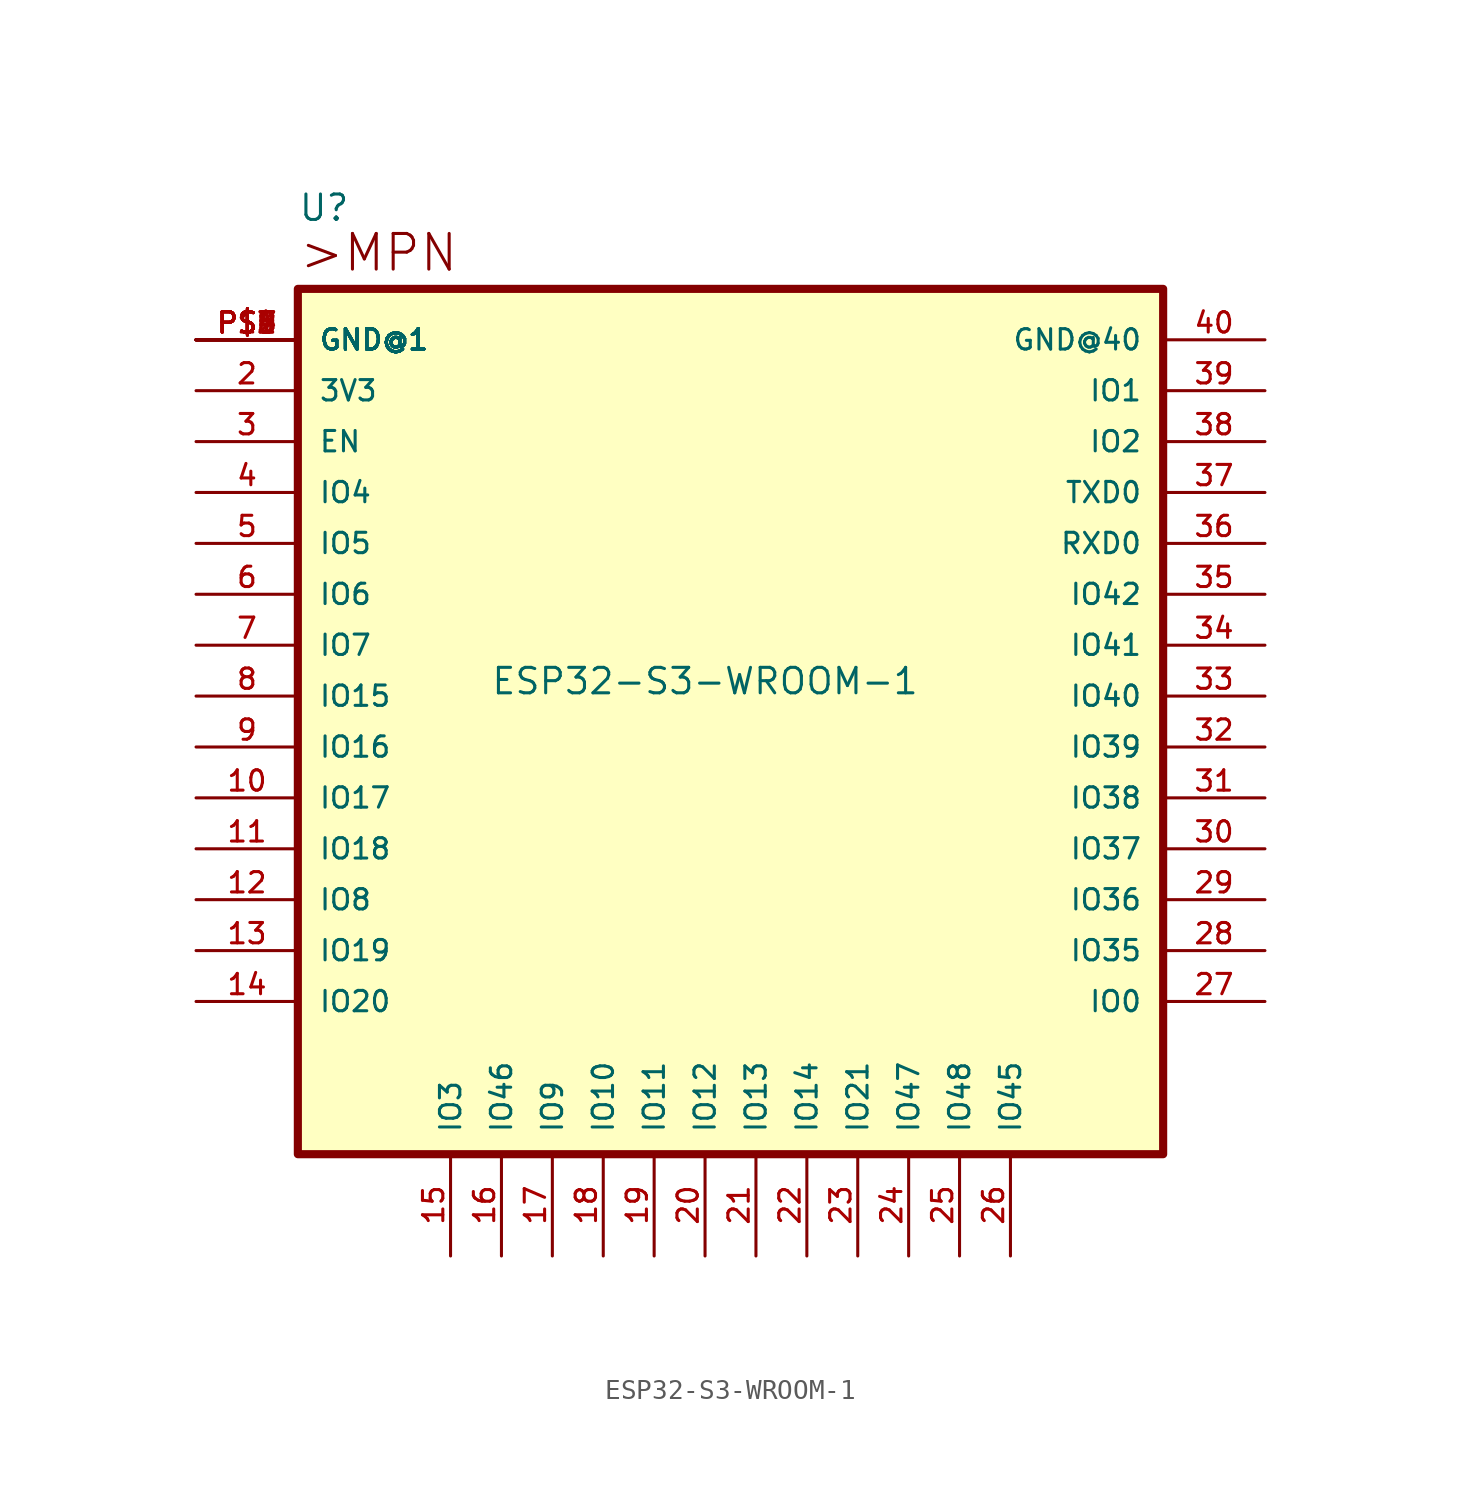
<source format=kicad_sym>
(kicad_symbol_lib
  (version 20211014)
  (generator kicad_symbol_editor)
  (symbol "ESP32-S3-WROOM-1"
    (pin_names
      (offset 1.016))
    (property "Reference" "U"
      (at -20.32 23.622 0)
      (effects (font (size 1.27 1.27)) (justify bottom left)))
    (property "Value" "ESP32-S3-WROOM-1"
      (at 0 0.0 0)
      (effects (font (size 1.27 1.27)) (justify bottom)))
    (symbol "ESP32-S3-WROOM-1_0_0"
      (text ">MPN" (at -20.32 21.082 0) (effects (font (size 1.778 1.778)) (justify bottom left)))
      (rectangle (start -20.32 -22.86) (end 22.86 20.32) (stroke (width 0.406)) (fill (type background)))
      (pin bidirectional line (at -25.4 17.78 0) (length 5.08) (name "GND@1" (effects (font (size 1.016 1.016)))) (number "1" (effects (font (size 1.016 1.016)))))
      (pin bidirectional line (at -25.4 17.78 0) (length 5.08) (name "GND@1" (effects (font (size 1.016 1.016)))) (number "P$1" (effects (font (size 1.016 1.016)))))
      (pin bidirectional line (at -25.4 17.78 0) (length 5.08) (name "GND@1" (effects (font (size 1.016 1.016)))) (number "P$2" (effects (font (size 1.016 1.016)))))
      (pin bidirectional line (at -25.4 17.78 0) (length 5.08) (name "GND@1" (effects (font (size 1.016 1.016)))) (number "P$3" (effects (font (size 1.016 1.016)))))
      (pin bidirectional line (at -25.4 17.78 0) (length 5.08) (name "GND@1" (effects (font (size 1.016 1.016)))) (number "P$4" (effects (font (size 1.016 1.016)))))
      (pin bidirectional line (at -25.4 17.78 0) (length 5.08) (name "GND@1" (effects (font (size 1.016 1.016)))) (number "P$5" (effects (font (size 1.016 1.016)))))
      (pin bidirectional line (at -25.4 17.78 0) (length 5.08) (name "GND@1" (effects (font (size 1.016 1.016)))) (number "P$6" (effects (font (size 1.016 1.016)))))
      (pin bidirectional line (at -25.4 17.78 0) (length 5.08) (name "GND@1" (effects (font (size 1.016 1.016)))) (number "P$7" (effects (font (size 1.016 1.016)))))
      (pin bidirectional line (at -25.4 17.78 0) (length 5.08) (name "GND@1" (effects (font (size 1.016 1.016)))) (number "P$8" (effects (font (size 1.016 1.016)))))
      (pin bidirectional line (at -25.4 17.78 0) (length 5.08) (name "GND@1" (effects (font (size 1.016 1.016)))) (number "P$9" (effects (font (size 1.016 1.016)))))
      (pin bidirectional line (at -25.4 15.24 0) (length 5.08) (name "3V3" (effects (font (size 1.016 1.016)))) (number "2" (effects (font (size 1.016 1.016)))))
      (pin bidirectional line (at -25.4 12.7 0) (length 5.08) (name "EN" (effects (font (size 1.016 1.016)))) (number "3" (effects (font (size 1.016 1.016)))))
      (pin bidirectional line (at -25.4 10.16 0) (length 5.08) (name "IO4" (effects (font (size 1.016 1.016)))) (number "4" (effects (font (size 1.016 1.016)))))
      (pin bidirectional line (at -25.4 7.62 0) (length 5.08) (name "IO5" (effects (font (size 1.016 1.016)))) (number "5" (effects (font (size 1.016 1.016)))))
      (pin bidirectional line (at -25.4 5.08 0) (length 5.08) (name "IO6" (effects (font (size 1.016 1.016)))) (number "6" (effects (font (size 1.016 1.016)))))
      (pin bidirectional line (at -25.4 2.54 0) (length 5.08) (name "IO7" (effects (font (size 1.016 1.016)))) (number "7" (effects (font (size 1.016 1.016)))))
      (pin bidirectional line (at -25.4 0.0 0) (length 5.08) (name "IO15" (effects (font (size 1.016 1.016)))) (number "8" (effects (font (size 1.016 1.016)))))
      (pin bidirectional line (at -25.4 -2.54 0) (length 5.08) (name "IO16" (effects (font (size 1.016 1.016)))) (number "9" (effects (font (size 1.016 1.016)))))
      (pin bidirectional line (at -25.4 -5.08 0) (length 5.08) (name "IO17" (effects (font (size 1.016 1.016)))) (number "10" (effects (font (size 1.016 1.016)))))
      (pin bidirectional line (at -25.4 -7.62 0) (length 5.08) (name "IO18" (effects (font (size 1.016 1.016)))) (number "11" (effects (font (size 1.016 1.016)))))
      (pin bidirectional line (at -25.4 -10.16 0) (length 5.08) (name "IO8" (effects (font (size 1.016 1.016)))) (number "12" (effects (font (size 1.016 1.016)))))
      (pin bidirectional line (at -25.4 -12.7 0) (length 5.08) (name "IO19" (effects (font (size 1.016 1.016)))) (number "13" (effects (font (size 1.016 1.016)))))
      (pin bidirectional line (at -25.4 -15.24 0) (length 5.08) (name "IO20" (effects (font (size 1.016 1.016)))) (number "14" (effects (font (size 1.016 1.016)))))
      (pin bidirectional line (at -12.7 -27.94 90.0) (length 5.08) (name "IO3" (effects (font (size 1.016 1.016)))) (number "15" (effects (font (size 1.016 1.016)))))
      (pin bidirectional line (at -10.16 -27.94 90.0) (length 5.08) (name "IO46" (effects (font (size 1.016 1.016)))) (number "16" (effects (font (size 1.016 1.016)))))
      (pin bidirectional line (at -7.62 -27.94 90.0) (length 5.08) (name "IO9" (effects (font (size 1.016 1.016)))) (number "17" (effects (font (size 1.016 1.016)))))
      (pin bidirectional line (at -5.08 -27.94 90.0) (length 5.08) (name "IO10" (effects (font (size 1.016 1.016)))) (number "18" (effects (font (size 1.016 1.016)))))
      (pin bidirectional line (at -2.54 -27.94 90.0) (length 5.08) (name "IO11" (effects (font (size 1.016 1.016)))) (number "19" (effects (font (size 1.016 1.016)))))
      (pin bidirectional line (at 0.0 -27.94 90.0) (length 5.08) (name "IO12" (effects (font (size 1.016 1.016)))) (number "20" (effects (font (size 1.016 1.016)))))
      (pin bidirectional line (at 2.54 -27.94 90.0) (length 5.08) (name "IO13" (effects (font (size 1.016 1.016)))) (number "21" (effects (font (size 1.016 1.016)))))
      (pin bidirectional line (at 5.08 -27.94 90.0) (length 5.08) (name "IO14" (effects (font (size 1.016 1.016)))) (number "22" (effects (font (size 1.016 1.016)))))
      (pin bidirectional line (at 7.62 -27.94 90.0) (length 5.08) (name "IO21" (effects (font (size 1.016 1.016)))) (number "23" (effects (font (size 1.016 1.016)))))
      (pin bidirectional line (at 10.16 -27.94 90.0) (length 5.08) (name "IO47" (effects (font (size 1.016 1.016)))) (number "24" (effects (font (size 1.016 1.016)))))
      (pin bidirectional line (at 12.7 -27.94 90.0) (length 5.08) (name "IO48" (effects (font (size 1.016 1.016)))) (number "25" (effects (font (size 1.016 1.016)))))
      (pin bidirectional line (at 15.24 -27.94 90.0) (length 5.08) (name "IO45" (effects (font (size 1.016 1.016)))) (number "26" (effects (font (size 1.016 1.016)))))
      (pin bidirectional line (at 27.94 -15.24 180.0) (length 5.08) (name "IO0" (effects (font (size 1.016 1.016)))) (number "27" (effects (font (size 1.016 1.016)))))
      (pin bidirectional line (at 27.94 -12.7 180.0) (length 5.08) (name "IO35" (effects (font (size 1.016 1.016)))) (number "28" (effects (font (size 1.016 1.016)))))
      (pin bidirectional line (at 27.94 -10.16 180.0) (length 5.08) (name "IO36" (effects (font (size 1.016 1.016)))) (number "29" (effects (font (size 1.016 1.016)))))
      (pin bidirectional line (at 27.94 -7.62 180.0) (length 5.08) (name "IO37" (effects (font (size 1.016 1.016)))) (number "30" (effects (font (size 1.016 1.016)))))
      (pin bidirectional line (at 27.94 -5.08 180.0) (length 5.08) (name "IO38" (effects (font (size 1.016 1.016)))) (number "31" (effects (font (size 1.016 1.016)))))
      (pin bidirectional line (at 27.94 -2.54 180.0) (length 5.08) (name "IO39" (effects (font (size 1.016 1.016)))) (number "32" (effects (font (size 1.016 1.016)))))
      (pin bidirectional line (at 27.94 0.0 180.0) (length 5.08) (name "IO40" (effects (font (size 1.016 1.016)))) (number "33" (effects (font (size 1.016 1.016)))))
      (pin bidirectional line (at 27.94 2.54 180.0) (length 5.08) (name "IO41" (effects (font (size 1.016 1.016)))) (number "34" (effects (font (size 1.016 1.016)))))
      (pin bidirectional line (at 27.94 5.08 180.0) (length 5.08) (name "IO42" (effects (font (size 1.016 1.016)))) (number "35" (effects (font (size 1.016 1.016)))))
      (pin bidirectional line (at 27.94 7.62 180.0) (length 5.08) (name "RXD0" (effects (font (size 1.016 1.016)))) (number "36" (effects (font (size 1.016 1.016)))))
      (pin bidirectional line (at 27.94 10.16 180.0) (length 5.08) (name "TXD0" (effects (font (size 1.016 1.016)))) (number "37" (effects (font (size 1.016 1.016)))))
      (pin bidirectional line (at 27.94 12.7 180.0) (length 5.08) (name "IO2" (effects (font (size 1.016 1.016)))) (number "38" (effects (font (size 1.016 1.016)))))
      (pin bidirectional line (at 27.94 15.24 180.0) (length 5.08) (name "IO1" (effects (font (size 1.016 1.016)))) (number "39" (effects (font (size 1.016 1.016)))))
      (pin bidirectional line (at 27.94 17.78 180.0) (length 5.08) (name "GND@40" (effects (font (size 1.016 1.016)))) (number "40" (effects (font (size 1.016 1.016))))))))
</source>
